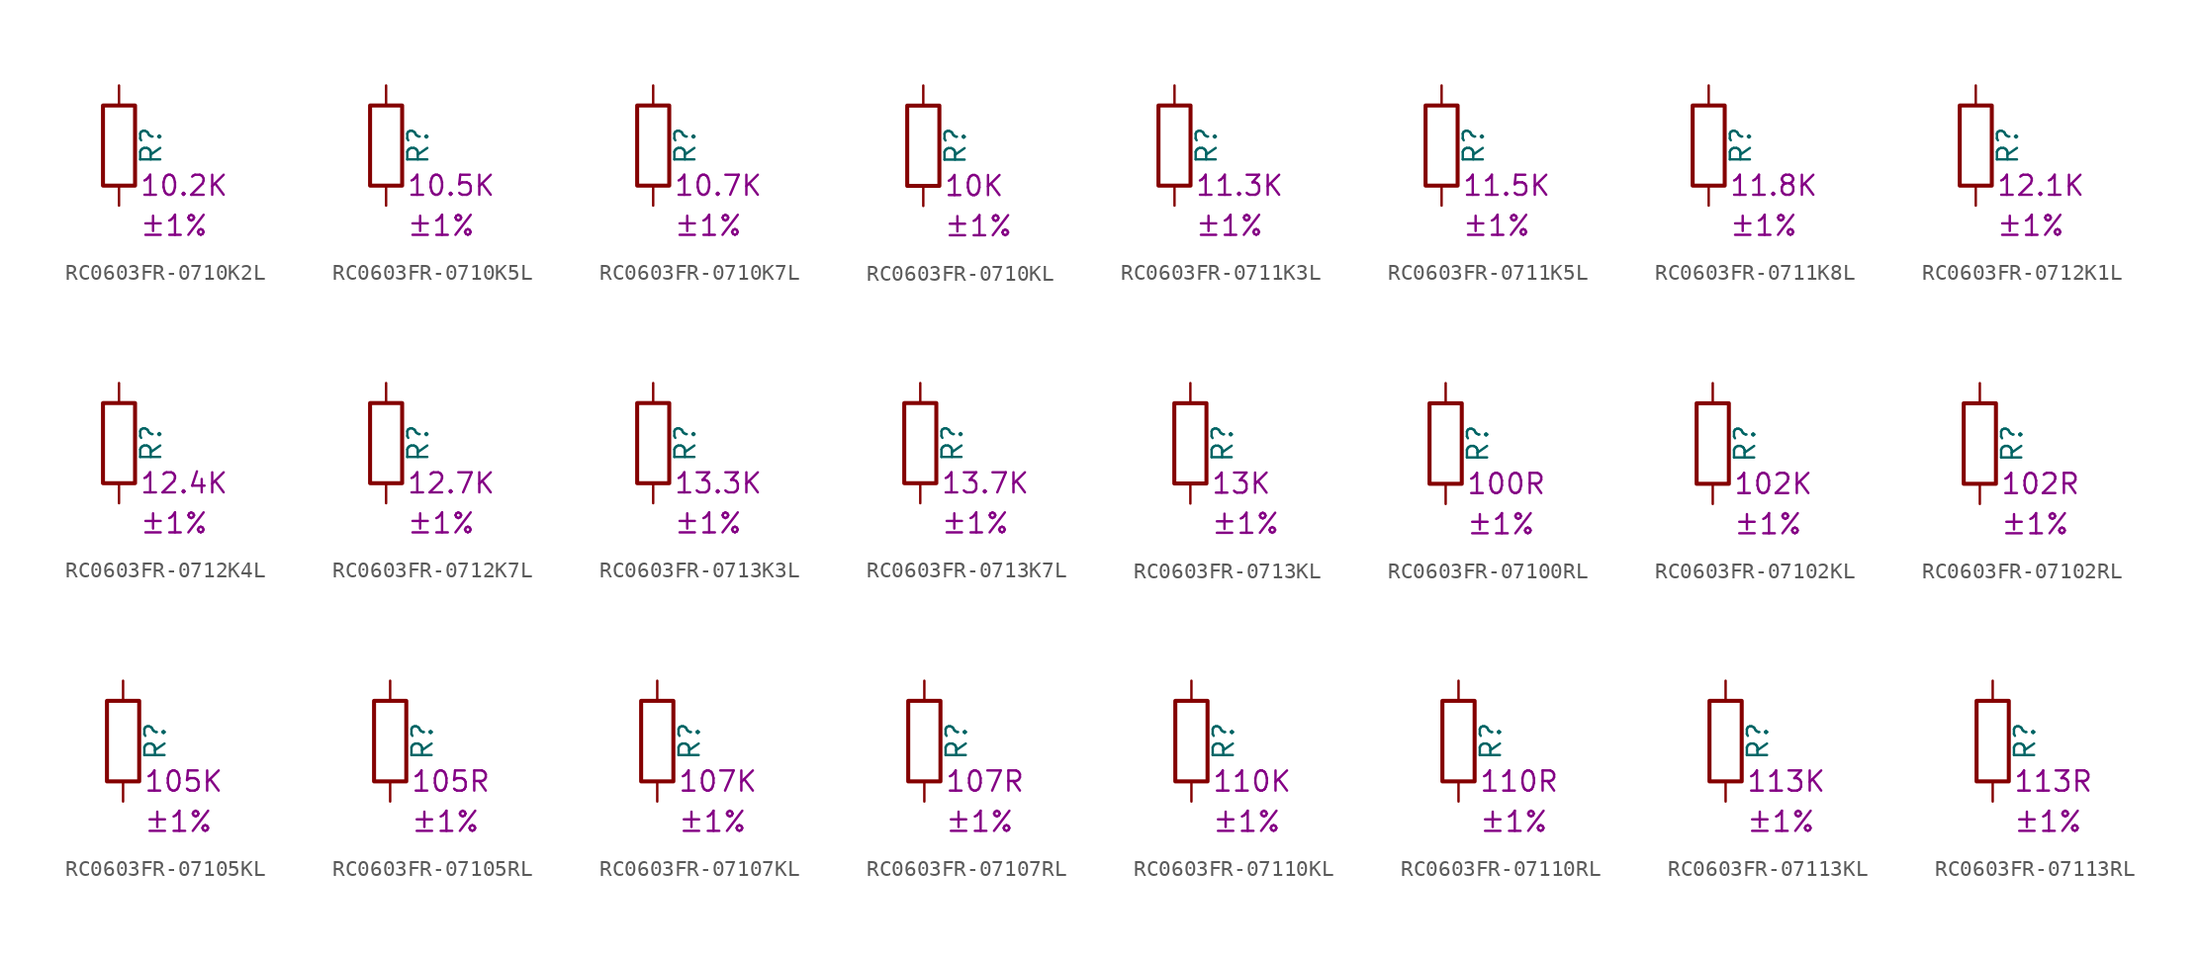
<source format=kicad_sym>
(kicad_symbol_lib
  (version 20220914)
  (generator kicad_symbol_editor)
  (symbol "RC0603FR-0710K2L"
    (pin_numbers hide)
    (pin_names
      (offset 0))
    (property "Reference" "R"
      (at 2.032 0 90)
      (effects (font (size 1.27 1.27))))
    (property "Resistance" "10.2K"
      (at 1.27 -2.54 0)
      (effects (font (size 1.27 1.27)) (justify left)))
    (property "Tolerance" "±1%"
      (at 1.27 -5.08 0)
      (effects (font (size 1.27 1.27)) (justify left)))
    (symbol "RC0603FR-0710K2L_0_1"
      (rectangle (start -1.016 -2.54) (end 1.016 2.54) (stroke (width 0.254) (type default)) (fill (type none))))
    (symbol "RC0603FR-0710K2L_1_1"
      (pin passive line (at 0 3.81 270) (length 1.27) (name "~" (effects (font (size 1.27 1.27)))) (number "1" (effects (font (size 1.27 1.27)))))
      (pin passive line (at 0 -3.81 90) (length 1.27) (name "~" (effects (font (size 1.27 1.27)))) (number "2" (effects (font (size 1.27 1.27)))))))
  (symbol "RC0603FR-0710K5L"
    (pin_numbers hide)
    (pin_names
      (offset 0))
    (property "Reference" "R"
      (at 2.032 0 90)
      (effects (font (size 1.27 1.27))))
    (property "Resistance" "10.5K"
      (at 1.27 -2.54 0)
      (effects (font (size 1.27 1.27)) (justify left)))
    (property "Tolerance" "±1%"
      (at 1.27 -5.08 0)
      (effects (font (size 1.27 1.27)) (justify left)))
    (symbol "RC0603FR-0710K5L_0_1"
      (rectangle (start -1.016 -2.54) (end 1.016 2.54) (stroke (width 0.254) (type default)) (fill (type none))))
    (symbol "RC0603FR-0710K5L_1_1"
      (pin passive line (at 0 3.81 270) (length 1.27) (name "~" (effects (font (size 1.27 1.27)))) (number "1" (effects (font (size 1.27 1.27)))))
      (pin passive line (at 0 -3.81 90) (length 1.27) (name "~" (effects (font (size 1.27 1.27)))) (number "2" (effects (font (size 1.27 1.27)))))))
  (symbol "RC0603FR-0710K7L"
    (pin_numbers hide)
    (pin_names
      (offset 0))
    (property "Reference" "R"
      (at 2.032 0 90)
      (effects (font (size 1.27 1.27))))
    (property "Resistance" "10.7K"
      (at 1.27 -2.54 0)
      (effects (font (size 1.27 1.27)) (justify left)))
    (property "Tolerance" "±1%"
      (at 1.27 -5.08 0)
      (effects (font (size 1.27 1.27)) (justify left)))
    (symbol "RC0603FR-0710K7L_0_1"
      (rectangle (start -1.016 -2.54) (end 1.016 2.54) (stroke (width 0.254) (type default)) (fill (type none))))
    (symbol "RC0603FR-0710K7L_1_1"
      (pin passive line (at 0 3.81 270) (length 1.27) (name "~" (effects (font (size 1.27 1.27)))) (number "1" (effects (font (size 1.27 1.27)))))
      (pin passive line (at 0 -3.81 90) (length 1.27) (name "~" (effects (font (size 1.27 1.27)))) (number "2" (effects (font (size 1.27 1.27)))))))
  (symbol "RC0603FR-0710KL"
    (pin_numbers hide)
    (pin_names
      (offset 0))
    (property "Reference" "R"
      (at 2.032 0 90)
      (effects (font (size 1.27 1.27))))
    (property "Resistance" "10K"
      (at 1.27 -2.54 0)
      (effects (font (size 1.27 1.27)) (justify left)))
    (property "Tolerance" "±1%"
      (at 1.27 -5.08 0)
      (effects (font (size 1.27 1.27)) (justify left)))
    (symbol "RC0603FR-0710KL_0_1"
      (rectangle (start -1.016 -2.54) (end 1.016 2.54) (stroke (width 0.254) (type default)) (fill (type none))))
    (symbol "RC0603FR-0710KL_1_1"
      (pin passive line (at 0 3.81 270) (length 1.27) (name "~" (effects (font (size 1.27 1.27)))) (number "1" (effects (font (size 1.27 1.27)))))
      (pin passive line (at 0 -3.81 90) (length 1.27) (name "~" (effects (font (size 1.27 1.27)))) (number "2" (effects (font (size 1.27 1.27)))))))
  (symbol "RC0603FR-0711K3L"
    (pin_numbers hide)
    (pin_names
      (offset 0))
    (property "Reference" "R"
      (at 2.032 0 90)
      (effects (font (size 1.27 1.27))))
    (property "Resistance" "11.3K"
      (at 1.27 -2.54 0)
      (effects (font (size 1.27 1.27)) (justify left)))
    (property "Tolerance" "±1%"
      (at 1.27 -5.08 0)
      (effects (font (size 1.27 1.27)) (justify left)))
    (symbol "RC0603FR-0711K3L_0_1"
      (rectangle (start -1.016 -2.54) (end 1.016 2.54) (stroke (width 0.254) (type default)) (fill (type none))))
    (symbol "RC0603FR-0711K3L_1_1"
      (pin passive line (at 0 3.81 270) (length 1.27) (name "~" (effects (font (size 1.27 1.27)))) (number "1" (effects (font (size 1.27 1.27)))))
      (pin passive line (at 0 -3.81 90) (length 1.27) (name "~" (effects (font (size 1.27 1.27)))) (number "2" (effects (font (size 1.27 1.27)))))))
  (symbol "RC0603FR-0711K5L"
    (pin_numbers hide)
    (pin_names
      (offset 0))
    (property "Reference" "R"
      (at 2.032 0 90)
      (effects (font (size 1.27 1.27))))
    (property "Resistance" "11.5K"
      (at 1.27 -2.54 0)
      (effects (font (size 1.27 1.27)) (justify left)))
    (property "Tolerance" "±1%"
      (at 1.27 -5.08 0)
      (effects (font (size 1.27 1.27)) (justify left)))
    (symbol "RC0603FR-0711K5L_0_1"
      (rectangle (start -1.016 -2.54) (end 1.016 2.54) (stroke (width 0.254) (type default)) (fill (type none))))
    (symbol "RC0603FR-0711K5L_1_1"
      (pin passive line (at 0 3.81 270) (length 1.27) (name "~" (effects (font (size 1.27 1.27)))) (number "1" (effects (font (size 1.27 1.27)))))
      (pin passive line (at 0 -3.81 90) (length 1.27) (name "~" (effects (font (size 1.27 1.27)))) (number "2" (effects (font (size 1.27 1.27)))))))
  (symbol "RC0603FR-0711K8L"
    (pin_numbers hide)
    (pin_names
      (offset 0))
    (property "Reference" "R"
      (at 2.032 0 90)
      (effects (font (size 1.27 1.27))))
    (property "Resistance" "11.8K"
      (at 1.27 -2.54 0)
      (effects (font (size 1.27 1.27)) (justify left)))
    (property "Tolerance" "±1%"
      (at 1.27 -5.08 0)
      (effects (font (size 1.27 1.27)) (justify left)))
    (symbol "RC0603FR-0711K8L_0_1"
      (rectangle (start -1.016 -2.54) (end 1.016 2.54) (stroke (width 0.254) (type default)) (fill (type none))))
    (symbol "RC0603FR-0711K8L_1_1"
      (pin passive line (at 0 3.81 270) (length 1.27) (name "~" (effects (font (size 1.27 1.27)))) (number "1" (effects (font (size 1.27 1.27)))))
      (pin passive line (at 0 -3.81 90) (length 1.27) (name "~" (effects (font (size 1.27 1.27)))) (number "2" (effects (font (size 1.27 1.27)))))))
  (symbol "RC0603FR-0712K1L"
    (pin_numbers hide)
    (pin_names
      (offset 0))
    (property "Reference" "R"
      (at 2.032 0 90)
      (effects (font (size 1.27 1.27))))
    (property "Resistance" "12.1K"
      (at 1.27 -2.54 0)
      (effects (font (size 1.27 1.27)) (justify left)))
    (property "Tolerance" "±1%"
      (at 1.27 -5.08 0)
      (effects (font (size 1.27 1.27)) (justify left)))
    (symbol "RC0603FR-0712K1L_0_1"
      (rectangle (start -1.016 -2.54) (end 1.016 2.54) (stroke (width 0.254) (type default)) (fill (type none))))
    (symbol "RC0603FR-0712K1L_1_1"
      (pin passive line (at 0 3.81 270) (length 1.27) (name "~" (effects (font (size 1.27 1.27)))) (number "1" (effects (font (size 1.27 1.27)))))
      (pin passive line (at 0 -3.81 90) (length 1.27) (name "~" (effects (font (size 1.27 1.27)))) (number "2" (effects (font (size 1.27 1.27)))))))
  (symbol "RC0603FR-0712K4L"
    (pin_numbers hide)
    (pin_names
      (offset 0))
    (property "Reference" "R"
      (at 2.032 0 90)
      (effects (font (size 1.27 1.27))))
    (property "Resistance" "12.4K"
      (at 1.27 -2.54 0)
      (effects (font (size 1.27 1.27)) (justify left)))
    (property "Tolerance" "±1%"
      (at 1.27 -5.08 0)
      (effects (font (size 1.27 1.27)) (justify left)))
    (symbol "RC0603FR-0712K4L_0_1"
      (rectangle (start -1.016 -2.54) (end 1.016 2.54) (stroke (width 0.254) (type default)) (fill (type none))))
    (symbol "RC0603FR-0712K4L_1_1"
      (pin passive line (at 0 3.81 270) (length 1.27) (name "~" (effects (font (size 1.27 1.27)))) (number "1" (effects (font (size 1.27 1.27)))))
      (pin passive line (at 0 -3.81 90) (length 1.27) (name "~" (effects (font (size 1.27 1.27)))) (number "2" (effects (font (size 1.27 1.27)))))))
  (symbol "RC0603FR-0712K7L"
    (pin_numbers hide)
    (pin_names
      (offset 0))
    (property "Reference" "R"
      (at 2.032 0 90)
      (effects (font (size 1.27 1.27))))
    (property "Resistance" "12.7K"
      (at 1.27 -2.54 0)
      (effects (font (size 1.27 1.27)) (justify left)))
    (property "Tolerance" "±1%"
      (at 1.27 -5.08 0)
      (effects (font (size 1.27 1.27)) (justify left)))
    (symbol "RC0603FR-0712K7L_0_1"
      (rectangle (start -1.016 -2.54) (end 1.016 2.54) (stroke (width 0.254) (type default)) (fill (type none))))
    (symbol "RC0603FR-0712K7L_1_1"
      (pin passive line (at 0 3.81 270) (length 1.27) (name "~" (effects (font (size 1.27 1.27)))) (number "1" (effects (font (size 1.27 1.27)))))
      (pin passive line (at 0 -3.81 90) (length 1.27) (name "~" (effects (font (size 1.27 1.27)))) (number "2" (effects (font (size 1.27 1.27)))))))
  (symbol "RC0603FR-0713K3L"
    (pin_numbers hide)
    (pin_names
      (offset 0))
    (property "Reference" "R"
      (at 2.032 0 90)
      (effects (font (size 1.27 1.27))))
    (property "Resistance" "13.3K"
      (at 1.27 -2.54 0)
      (effects (font (size 1.27 1.27)) (justify left)))
    (property "Tolerance" "±1%"
      (at 1.27 -5.08 0)
      (effects (font (size 1.27 1.27)) (justify left)))
    (symbol "RC0603FR-0713K3L_0_1"
      (rectangle (start -1.016 -2.54) (end 1.016 2.54) (stroke (width 0.254) (type default)) (fill (type none))))
    (symbol "RC0603FR-0713K3L_1_1"
      (pin passive line (at 0 3.81 270) (length 1.27) (name "~" (effects (font (size 1.27 1.27)))) (number "1" (effects (font (size 1.27 1.27)))))
      (pin passive line (at 0 -3.81 90) (length 1.27) (name "~" (effects (font (size 1.27 1.27)))) (number "2" (effects (font (size 1.27 1.27)))))))
  (symbol "RC0603FR-0713K7L"
    (pin_numbers hide)
    (pin_names
      (offset 0))
    (property "Reference" "R"
      (at 2.032 0 90)
      (effects (font (size 1.27 1.27))))
    (property "Resistance" "13.7K"
      (at 1.27 -2.54 0)
      (effects (font (size 1.27 1.27)) (justify left)))
    (property "Tolerance" "±1%"
      (at 1.27 -5.08 0)
      (effects (font (size 1.27 1.27)) (justify left)))
    (symbol "RC0603FR-0713K7L_0_1"
      (rectangle (start -1.016 -2.54) (end 1.016 2.54) (stroke (width 0.254) (type default)) (fill (type none))))
    (symbol "RC0603FR-0713K7L_1_1"
      (pin passive line (at 0 3.81 270) (length 1.27) (name "~" (effects (font (size 1.27 1.27)))) (number "1" (effects (font (size 1.27 1.27)))))
      (pin passive line (at 0 -3.81 90) (length 1.27) (name "~" (effects (font (size 1.27 1.27)))) (number "2" (effects (font (size 1.27 1.27)))))))
  (symbol "RC0603FR-0713KL"
    (pin_numbers hide)
    (pin_names
      (offset 0))
    (property "Reference" "R"
      (at 2.032 0 90)
      (effects (font (size 1.27 1.27))))
    (property "Resistance" "13K"
      (at 1.27 -2.54 0)
      (effects (font (size 1.27 1.27)) (justify left)))
    (property "Tolerance" "±1%"
      (at 1.27 -5.08 0)
      (effects (font (size 1.27 1.27)) (justify left)))
    (symbol "RC0603FR-0713KL_0_1"
      (rectangle (start -1.016 -2.54) (end 1.016 2.54) (stroke (width 0.254) (type default)) (fill (type none))))
    (symbol "RC0603FR-0713KL_1_1"
      (pin passive line (at 0 3.81 270) (length 1.27) (name "~" (effects (font (size 1.27 1.27)))) (number "1" (effects (font (size 1.27 1.27)))))
      (pin passive line (at 0 -3.81 90) (length 1.27) (name "~" (effects (font (size 1.27 1.27)))) (number "2" (effects (font (size 1.27 1.27)))))))
  (symbol "RC0603FR-07100RL"
    (pin_numbers hide)
    (pin_names
      (offset 0))
    (property "Reference" "R"
      (at 2.032 0 90)
      (effects (font (size 1.27 1.27))))
    (property "Resistance" "100R"
      (at 1.27 -2.54 0)
      (effects (font (size 1.27 1.27)) (justify left)))
    (property "Tolerance" "±1%"
      (at 1.27 -5.08 0)
      (effects (font (size 1.27 1.27)) (justify left)))
    (symbol "RC0603FR-07100RL_0_1"
      (rectangle (start -1.016 -2.54) (end 1.016 2.54) (stroke (width 0.254) (type default)) (fill (type none))))
    (symbol "RC0603FR-07100RL_1_1"
      (pin passive line (at 0 3.81 270) (length 1.27) (name "~" (effects (font (size 1.27 1.27)))) (number "1" (effects (font (size 1.27 1.27)))))
      (pin passive line (at 0 -3.81 90) (length 1.27) (name "~" (effects (font (size 1.27 1.27)))) (number "2" (effects (font (size 1.27 1.27)))))))
  (symbol "RC0603FR-07102KL"
    (pin_numbers hide)
    (pin_names
      (offset 0))
    (property "Reference" "R"
      (at 2.032 0 90)
      (effects (font (size 1.27 1.27))))
    (property "Resistance" "102K"
      (at 1.27 -2.54 0)
      (effects (font (size 1.27 1.27)) (justify left)))
    (property "Tolerance" "±1%"
      (at 1.27 -5.08 0)
      (effects (font (size 1.27 1.27)) (justify left)))
    (symbol "RC0603FR-07102KL_0_1"
      (rectangle (start -1.016 -2.54) (end 1.016 2.54) (stroke (width 0.254) (type default)) (fill (type none))))
    (symbol "RC0603FR-07102KL_1_1"
      (pin passive line (at 0 3.81 270) (length 1.27) (name "~" (effects (font (size 1.27 1.27)))) (number "1" (effects (font (size 1.27 1.27)))))
      (pin passive line (at 0 -3.81 90) (length 1.27) (name "~" (effects (font (size 1.27 1.27)))) (number "2" (effects (font (size 1.27 1.27)))))))
  (symbol "RC0603FR-07102RL"
    (pin_numbers hide)
    (pin_names
      (offset 0))
    (property "Reference" "R"
      (at 2.032 0 90)
      (effects (font (size 1.27 1.27))))
    (property "Resistance" "102R"
      (at 1.27 -2.54 0)
      (effects (font (size 1.27 1.27)) (justify left)))
    (property "Tolerance" "±1%"
      (at 1.27 -5.08 0)
      (effects (font (size 1.27 1.27)) (justify left)))
    (symbol "RC0603FR-07102RL_0_1"
      (rectangle (start -1.016 -2.54) (end 1.016 2.54) (stroke (width 0.254) (type default)) (fill (type none))))
    (symbol "RC0603FR-07102RL_1_1"
      (pin passive line (at 0 3.81 270) (length 1.27) (name "~" (effects (font (size 1.27 1.27)))) (number "1" (effects (font (size 1.27 1.27)))))
      (pin passive line (at 0 -3.81 90) (length 1.27) (name "~" (effects (font (size 1.27 1.27)))) (number "2" (effects (font (size 1.27 1.27)))))))
  (symbol "RC0603FR-07105KL"
    (pin_numbers hide)
    (pin_names
      (offset 0))
    (property "Reference" "R"
      (at 2.032 0 90)
      (effects (font (size 1.27 1.27))))
    (property "Resistance" "105K"
      (at 1.27 -2.54 0)
      (effects (font (size 1.27 1.27)) (justify left)))
    (property "Tolerance" "±1%"
      (at 1.27 -5.08 0)
      (effects (font (size 1.27 1.27)) (justify left)))
    (symbol "RC0603FR-07105KL_0_1"
      (rectangle (start -1.016 -2.54) (end 1.016 2.54) (stroke (width 0.254) (type default)) (fill (type none))))
    (symbol "RC0603FR-07105KL_1_1"
      (pin passive line (at 0 3.81 270) (length 1.27) (name "~" (effects (font (size 1.27 1.27)))) (number "1" (effects (font (size 1.27 1.27)))))
      (pin passive line (at 0 -3.81 90) (length 1.27) (name "~" (effects (font (size 1.27 1.27)))) (number "2" (effects (font (size 1.27 1.27)))))))
  (symbol "RC0603FR-07105RL"
    (pin_numbers hide)
    (pin_names
      (offset 0))
    (property "Reference" "R"
      (at 2.032 0 90)
      (effects (font (size 1.27 1.27))))
    (property "Resistance" "105R"
      (at 1.27 -2.54 0)
      (effects (font (size 1.27 1.27)) (justify left)))
    (property "Tolerance" "±1%"
      (at 1.27 -5.08 0)
      (effects (font (size 1.27 1.27)) (justify left)))
    (symbol "RC0603FR-07105RL_0_1"
      (rectangle (start -1.016 -2.54) (end 1.016 2.54) (stroke (width 0.254) (type default)) (fill (type none))))
    (symbol "RC0603FR-07105RL_1_1"
      (pin passive line (at 0 3.81 270) (length 1.27) (name "~" (effects (font (size 1.27 1.27)))) (number "1" (effects (font (size 1.27 1.27)))))
      (pin passive line (at 0 -3.81 90) (length 1.27) (name "~" (effects (font (size 1.27 1.27)))) (number "2" (effects (font (size 1.27 1.27)))))))
  (symbol "RC0603FR-07107KL"
    (pin_numbers hide)
    (pin_names
      (offset 0))
    (property "Reference" "R"
      (at 2.032 0 90)
      (effects (font (size 1.27 1.27))))
    (property "Resistance" "107K"
      (at 1.27 -2.54 0)
      (effects (font (size 1.27 1.27)) (justify left)))
    (property "Tolerance" "±1%"
      (at 1.27 -5.08 0)
      (effects (font (size 1.27 1.27)) (justify left)))
    (symbol "RC0603FR-07107KL_0_1"
      (rectangle (start -1.016 -2.54) (end 1.016 2.54) (stroke (width 0.254) (type default)) (fill (type none))))
    (symbol "RC0603FR-07107KL_1_1"
      (pin passive line (at 0 3.81 270) (length 1.27) (name "~" (effects (font (size 1.27 1.27)))) (number "1" (effects (font (size 1.27 1.27)))))
      (pin passive line (at 0 -3.81 90) (length 1.27) (name "~" (effects (font (size 1.27 1.27)))) (number "2" (effects (font (size 1.27 1.27)))))))
  (symbol "RC0603FR-07107RL"
    (pin_numbers hide)
    (pin_names
      (offset 0))
    (property "Reference" "R"
      (at 2.032 0 90)
      (effects (font (size 1.27 1.27))))
    (property "Resistance" "107R"
      (at 1.27 -2.54 0)
      (effects (font (size 1.27 1.27)) (justify left)))
    (property "Tolerance" "±1%"
      (at 1.27 -5.08 0)
      (effects (font (size 1.27 1.27)) (justify left)))
    (symbol "RC0603FR-07107RL_0_1"
      (rectangle (start -1.016 -2.54) (end 1.016 2.54) (stroke (width 0.254) (type default)) (fill (type none))))
    (symbol "RC0603FR-07107RL_1_1"
      (pin passive line (at 0 3.81 270) (length 1.27) (name "~" (effects (font (size 1.27 1.27)))) (number "1" (effects (font (size 1.27 1.27)))))
      (pin passive line (at 0 -3.81 90) (length 1.27) (name "~" (effects (font (size 1.27 1.27)))) (number "2" (effects (font (size 1.27 1.27)))))))
  (symbol "RC0603FR-07110KL"
    (pin_numbers hide)
    (pin_names
      (offset 0))
    (property "Reference" "R"
      (at 2.032 0 90)
      (effects (font (size 1.27 1.27))))
    (property "Resistance" "110K"
      (at 1.27 -2.54 0)
      (effects (font (size 1.27 1.27)) (justify left)))
    (property "Tolerance" "±1%"
      (at 1.27 -5.08 0)
      (effects (font (size 1.27 1.27)) (justify left)))
    (symbol "RC0603FR-07110KL_0_1"
      (rectangle (start -1.016 -2.54) (end 1.016 2.54) (stroke (width 0.254) (type default)) (fill (type none))))
    (symbol "RC0603FR-07110KL_1_1"
      (pin passive line (at 0 3.81 270) (length 1.27) (name "~" (effects (font (size 1.27 1.27)))) (number "1" (effects (font (size 1.27 1.27)))))
      (pin passive line (at 0 -3.81 90) (length 1.27) (name "~" (effects (font (size 1.27 1.27)))) (number "2" (effects (font (size 1.27 1.27)))))))
  (symbol "RC0603FR-07110RL"
    (pin_numbers hide)
    (pin_names
      (offset 0))
    (property "Reference" "R"
      (at 2.032 0 90)
      (effects (font (size 1.27 1.27))))
    (property "Resistance" "110R"
      (at 1.27 -2.54 0)
      (effects (font (size 1.27 1.27)) (justify left)))
    (property "Tolerance" "±1%"
      (at 1.27 -5.08 0)
      (effects (font (size 1.27 1.27)) (justify left)))
    (symbol "RC0603FR-07110RL_0_1"
      (rectangle (start -1.016 -2.54) (end 1.016 2.54) (stroke (width 0.254) (type default)) (fill (type none))))
    (symbol "RC0603FR-07110RL_1_1"
      (pin passive line (at 0 3.81 270) (length 1.27) (name "~" (effects (font (size 1.27 1.27)))) (number "1" (effects (font (size 1.27 1.27)))))
      (pin passive line (at 0 -3.81 90) (length 1.27) (name "~" (effects (font (size 1.27 1.27)))) (number "2" (effects (font (size 1.27 1.27)))))))
  (symbol "RC0603FR-07113KL"
    (pin_numbers hide)
    (pin_names
      (offset 0))
    (property "Reference" "R"
      (at 2.032 0 90)
      (effects (font (size 1.27 1.27))))
    (property "Resistance" "113K"
      (at 1.27 -2.54 0)
      (effects (font (size 1.27 1.27)) (justify left)))
    (property "Tolerance" "±1%"
      (at 1.27 -5.08 0)
      (effects (font (size 1.27 1.27)) (justify left)))
    (symbol "RC0603FR-07113KL_0_1"
      (rectangle (start -1.016 -2.54) (end 1.016 2.54) (stroke (width 0.254) (type default)) (fill (type none))))
    (symbol "RC0603FR-07113KL_1_1"
      (pin passive line (at 0 3.81 270) (length 1.27) (name "~" (effects (font (size 1.27 1.27)))) (number "1" (effects (font (size 1.27 1.27)))))
      (pin passive line (at 0 -3.81 90) (length 1.27) (name "~" (effects (font (size 1.27 1.27)))) (number "2" (effects (font (size 1.27 1.27)))))))
  (symbol "RC0603FR-07113RL"
    (pin_numbers hide)
    (pin_names
      (offset 0))
    (property "Reference" "R"
      (at 2.032 0 90)
      (effects (font (size 1.27 1.27))))
    (property "Resistance" "113R"
      (at 1.27 -2.54 0)
      (effects (font (size 1.27 1.27)) (justify left)))
    (property "Tolerance" "±1%"
      (at 1.27 -5.08 0)
      (effects (font (size 1.27 1.27)) (justify left)))
    (symbol "RC0603FR-07113RL_0_1"
      (rectangle (start -1.016 -2.54) (end 1.016 2.54) (stroke (width 0.254) (type default)) (fill (type none))))
    (symbol "RC0603FR-07113RL_1_1"
      (pin passive line (at 0 3.81 270) (length 1.27) (name "~" (effects (font (size 1.27 1.27)))) (number "1" (effects (font (size 1.27 1.27)))))
      (pin passive line (at 0 -3.81 90) (length 1.27) (name "~" (effects (font (size 1.27 1.27)))) (number "2" (effects (font (size 1.27 1.27))))))))
</source>
